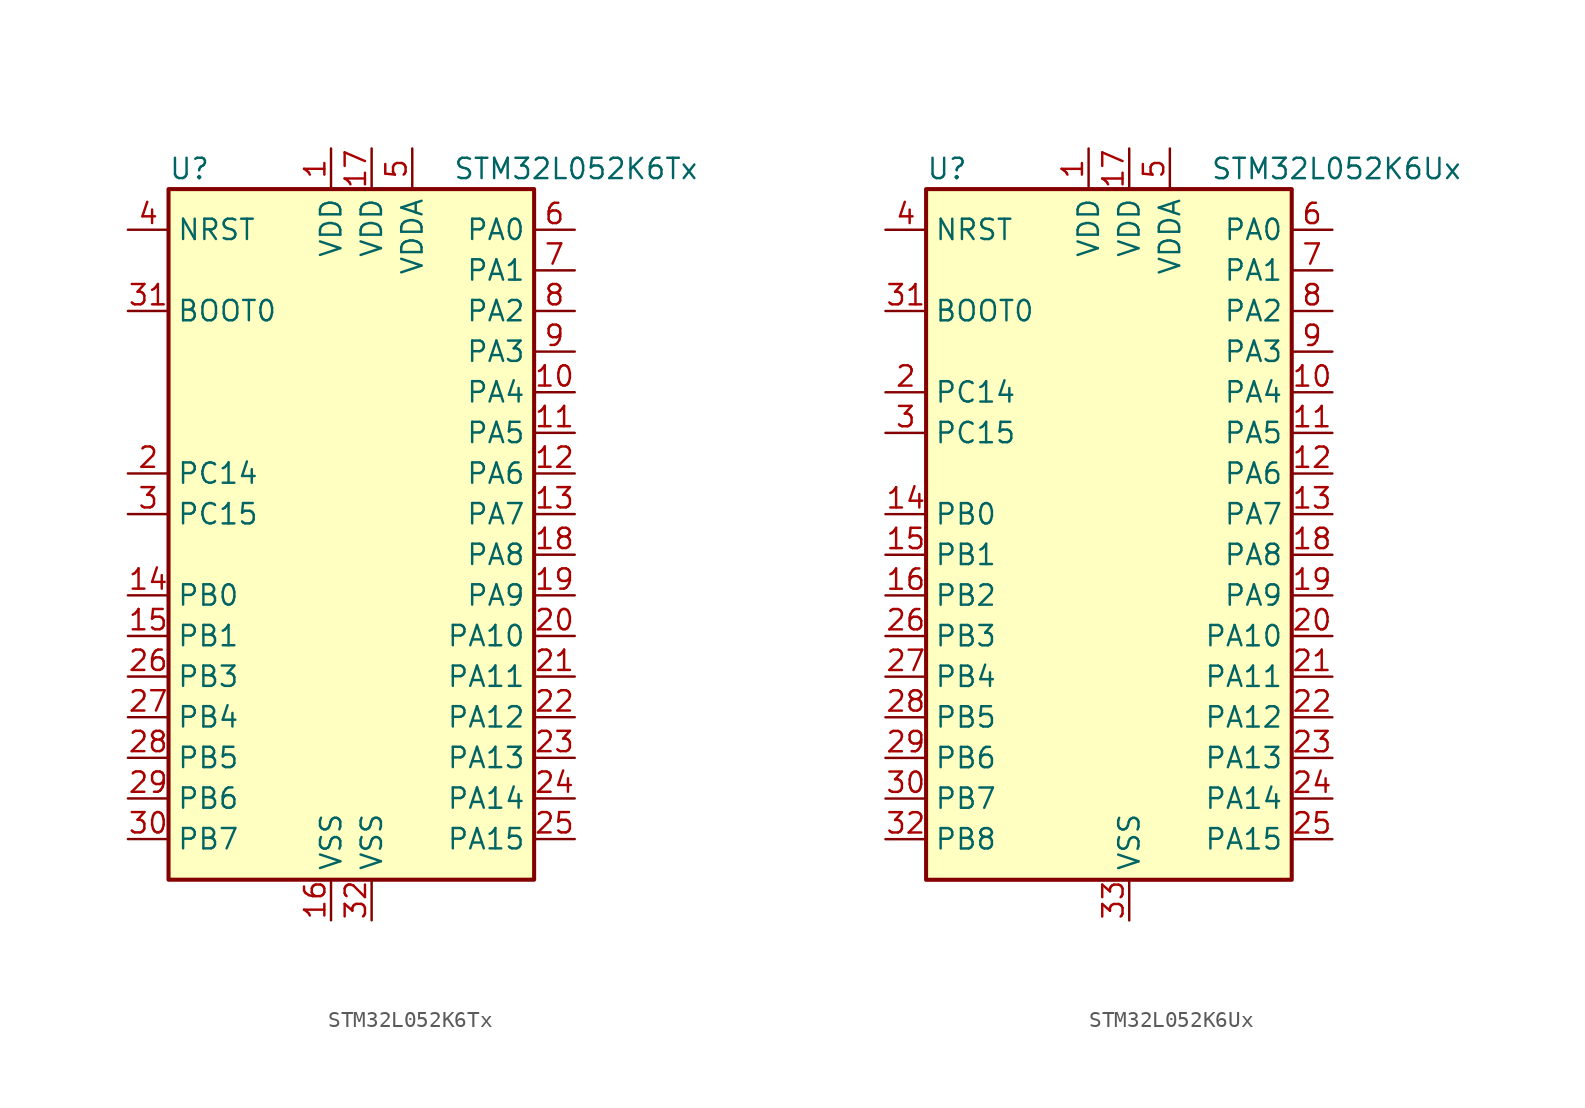
<source format=kicad_sym>
(kicad_symbol_lib
  (version 20201005)
  (generator kicad_symbol_editor)
  (symbol "MCU_ST_STM32L0:STM32L052K6Tx"
    (property "Reference" "U"
      (at -12.7 21.59 0)
      (effects (font (size 1.27 1.27)) (justify left)))
    (property "Value" "STM32L052K6Tx"
      (at 5.08 21.59 0)
      (effects (font (size 1.27 1.27)) (justify left)))
    (symbol "STM32L052K6Tx_0_1"
      (rectangle (start -12.7 -22.86) (end 10.16 20.32) (stroke (width 0.254)) (fill (type background))))
    (symbol "STM32L052K6Tx_1_1"
      (pin input line (at -15.24 12.7 0) (length 2.54) (name "BOOT0" (effects (font (size 1.27 1.27)))) (number "31" (effects (font (size 1.27 1.27)))))
      (pin input line (at -15.24 17.78 0) (length 2.54) (name "NRST" (effects (font (size 1.27 1.27)))) (number "4" (effects (font (size 1.27 1.27)))))
      (pin bidirectional line (at 12.7 17.78 180) (length 2.54) (name "PA0" (effects (font (size 1.27 1.27)))) (number "6" (effects (font (size 1.27 1.27)))))
      (pin bidirectional line (at 12.7 15.24 180) (length 2.54) (name "PA1" (effects (font (size 1.27 1.27)))) (number "7" (effects (font (size 1.27 1.27)))))
      (pin bidirectional line (at 12.7 -7.62 180) (length 2.54) (name "PA10" (effects (font (size 1.27 1.27)))) (number "20" (effects (font (size 1.27 1.27)))))
      (pin bidirectional line (at 12.7 -10.16 180) (length 2.54) (name "PA11" (effects (font (size 1.27 1.27)))) (number "21" (effects (font (size 1.27 1.27)))))
      (pin bidirectional line (at 12.7 -12.7 180) (length 2.54) (name "PA12" (effects (font (size 1.27 1.27)))) (number "22" (effects (font (size 1.27 1.27)))))
      (pin bidirectional line (at 12.7 -15.24 180) (length 2.54) (name "PA13" (effects (font (size 1.27 1.27)))) (number "23" (effects (font (size 1.27 1.27)))))
      (pin bidirectional line (at 12.7 -17.78 180) (length 2.54) (name "PA14" (effects (font (size 1.27 1.27)))) (number "24" (effects (font (size 1.27 1.27)))))
      (pin bidirectional line (at 12.7 -20.32 180) (length 2.54) (name "PA15" (effects (font (size 1.27 1.27)))) (number "25" (effects (font (size 1.27 1.27)))))
      (pin bidirectional line (at 12.7 12.7 180) (length 2.54) (name "PA2" (effects (font (size 1.27 1.27)))) (number "8" (effects (font (size 1.27 1.27)))))
      (pin bidirectional line (at 12.7 10.16 180) (length 2.54) (name "PA3" (effects (font (size 1.27 1.27)))) (number "9" (effects (font (size 1.27 1.27)))))
      (pin bidirectional line (at 12.7 7.62 180) (length 2.54) (name "PA4" (effects (font (size 1.27 1.27)))) (number "10" (effects (font (size 1.27 1.27)))))
      (pin bidirectional line (at 12.7 5.08 180) (length 2.54) (name "PA5" (effects (font (size 1.27 1.27)))) (number "11" (effects (font (size 1.27 1.27)))))
      (pin bidirectional line (at 12.7 2.54 180) (length 2.54) (name "PA6" (effects (font (size 1.27 1.27)))) (number "12" (effects (font (size 1.27 1.27)))))
      (pin bidirectional line (at 12.7 0 180) (length 2.54) (name "PA7" (effects (font (size 1.27 1.27)))) (number "13" (effects (font (size 1.27 1.27)))))
      (pin bidirectional line (at 12.7 -2.54 180) (length 2.54) (name "PA8" (effects (font (size 1.27 1.27)))) (number "18" (effects (font (size 1.27 1.27)))))
      (pin bidirectional line (at 12.7 -5.08 180) (length 2.54) (name "PA9" (effects (font (size 1.27 1.27)))) (number "19" (effects (font (size 1.27 1.27)))))
      (pin bidirectional line (at -15.24 -5.08 0) (length 2.54) (name "PB0" (effects (font (size 1.27 1.27)))) (number "14" (effects (font (size 1.27 1.27)))))
      (pin bidirectional line (at -15.24 -7.62 0) (length 2.54) (name "PB1" (effects (font (size 1.27 1.27)))) (number "15" (effects (font (size 1.27 1.27)))))
      (pin bidirectional line (at -15.24 -10.16 0) (length 2.54) (name "PB3" (effects (font (size 1.27 1.27)))) (number "26" (effects (font (size 1.27 1.27)))))
      (pin bidirectional line (at -15.24 -12.7 0) (length 2.54) (name "PB4" (effects (font (size 1.27 1.27)))) (number "27" (effects (font (size 1.27 1.27)))))
      (pin bidirectional line (at -15.24 -15.24 0) (length 2.54) (name "PB5" (effects (font (size 1.27 1.27)))) (number "28" (effects (font (size 1.27 1.27)))))
      (pin bidirectional line (at -15.24 -17.78 0) (length 2.54) (name "PB6" (effects (font (size 1.27 1.27)))) (number "29" (effects (font (size 1.27 1.27)))))
      (pin bidirectional line (at -15.24 -20.32 0) (length 2.54) (name "PB7" (effects (font (size 1.27 1.27)))) (number "30" (effects (font (size 1.27 1.27)))))
      (pin bidirectional line (at -15.24 2.54 0) (length 2.54) (name "PC14" (effects (font (size 1.27 1.27)))) (number "2" (effects (font (size 1.27 1.27)))))
      (pin bidirectional line (at -15.24 0 0) (length 2.54) (name "PC15" (effects (font (size 1.27 1.27)))) (number "3" (effects (font (size 1.27 1.27)))))
      (pin power_in line (at -2.54 22.86 270) (length 2.54) (name "VDD" (effects (font (size 1.27 1.27)))) (number "1" (effects (font (size 1.27 1.27)))))
      (pin power_in line (at 0 22.86 270) (length 2.54) (name "VDD" (effects (font (size 1.27 1.27)))) (number "17" (effects (font (size 1.27 1.27)))))
      (pin power_in line (at 2.54 22.86 270) (length 2.54) (name "VDDA" (effects (font (size 1.27 1.27)))) (number "5" (effects (font (size 1.27 1.27)))))
      (pin power_in line (at -2.54 -25.4 90) (length 2.54) (name "VSS" (effects (font (size 1.27 1.27)))) (number "16" (effects (font (size 1.27 1.27)))))
      (pin power_in line (at 0 -25.4 90) (length 2.54) (name "VSS" (effects (font (size 1.27 1.27)))) (number "32" (effects (font (size 1.27 1.27)))))))
  (symbol "MCU_ST_STM32L0:STM32L052K6Ux"
    (property "Reference" "U"
      (at -12.7 21.59 0)
      (effects (font (size 1.27 1.27)) (justify left)))
    (property "Value" "STM32L052K6Ux"
      (at 5.08 21.59 0)
      (effects (font (size 1.27 1.27)) (justify left)))
    (symbol "STM32L052K6Ux_0_1"
      (rectangle (start -12.7 -22.86) (end 10.16 20.32) (stroke (width 0.254)) (fill (type background))))
    (symbol "STM32L052K6Ux_1_1"
      (pin input line (at -15.24 12.7 0) (length 2.54) (name "BOOT0" (effects (font (size 1.27 1.27)))) (number "31" (effects (font (size 1.27 1.27)))))
      (pin input line (at -15.24 17.78 0) (length 2.54) (name "NRST" (effects (font (size 1.27 1.27)))) (number "4" (effects (font (size 1.27 1.27)))))
      (pin bidirectional line (at 12.7 17.78 180) (length 2.54) (name "PA0" (effects (font (size 1.27 1.27)))) (number "6" (effects (font (size 1.27 1.27)))))
      (pin bidirectional line (at 12.7 15.24 180) (length 2.54) (name "PA1" (effects (font (size 1.27 1.27)))) (number "7" (effects (font (size 1.27 1.27)))))
      (pin bidirectional line (at 12.7 -7.62 180) (length 2.54) (name "PA10" (effects (font (size 1.27 1.27)))) (number "20" (effects (font (size 1.27 1.27)))))
      (pin bidirectional line (at 12.7 -10.16 180) (length 2.54) (name "PA11" (effects (font (size 1.27 1.27)))) (number "21" (effects (font (size 1.27 1.27)))))
      (pin bidirectional line (at 12.7 -12.7 180) (length 2.54) (name "PA12" (effects (font (size 1.27 1.27)))) (number "22" (effects (font (size 1.27 1.27)))))
      (pin bidirectional line (at 12.7 -15.24 180) (length 2.54) (name "PA13" (effects (font (size 1.27 1.27)))) (number "23" (effects (font (size 1.27 1.27)))))
      (pin bidirectional line (at 12.7 -17.78 180) (length 2.54) (name "PA14" (effects (font (size 1.27 1.27)))) (number "24" (effects (font (size 1.27 1.27)))))
      (pin bidirectional line (at 12.7 -20.32 180) (length 2.54) (name "PA15" (effects (font (size 1.27 1.27)))) (number "25" (effects (font (size 1.27 1.27)))))
      (pin bidirectional line (at 12.7 12.7 180) (length 2.54) (name "PA2" (effects (font (size 1.27 1.27)))) (number "8" (effects (font (size 1.27 1.27)))))
      (pin bidirectional line (at 12.7 10.16 180) (length 2.54) (name "PA3" (effects (font (size 1.27 1.27)))) (number "9" (effects (font (size 1.27 1.27)))))
      (pin bidirectional line (at 12.7 7.62 180) (length 2.54) (name "PA4" (effects (font (size 1.27 1.27)))) (number "10" (effects (font (size 1.27 1.27)))))
      (pin bidirectional line (at 12.7 5.08 180) (length 2.54) (name "PA5" (effects (font (size 1.27 1.27)))) (number "11" (effects (font (size 1.27 1.27)))))
      (pin bidirectional line (at 12.7 2.54 180) (length 2.54) (name "PA6" (effects (font (size 1.27 1.27)))) (number "12" (effects (font (size 1.27 1.27)))))
      (pin bidirectional line (at 12.7 0 180) (length 2.54) (name "PA7" (effects (font (size 1.27 1.27)))) (number "13" (effects (font (size 1.27 1.27)))))
      (pin bidirectional line (at 12.7 -2.54 180) (length 2.54) (name "PA8" (effects (font (size 1.27 1.27)))) (number "18" (effects (font (size 1.27 1.27)))))
      (pin bidirectional line (at 12.7 -5.08 180) (length 2.54) (name "PA9" (effects (font (size 1.27 1.27)))) (number "19" (effects (font (size 1.27 1.27)))))
      (pin bidirectional line (at -15.24 0 0) (length 2.54) (name "PB0" (effects (font (size 1.27 1.27)))) (number "14" (effects (font (size 1.27 1.27)))))
      (pin bidirectional line (at -15.24 -2.54 0) (length 2.54) (name "PB1" (effects (font (size 1.27 1.27)))) (number "15" (effects (font (size 1.27 1.27)))))
      (pin bidirectional line (at -15.24 -5.08 0) (length 2.54) (name "PB2" (effects (font (size 1.27 1.27)))) (number "16" (effects (font (size 1.27 1.27)))))
      (pin bidirectional line (at -15.24 -7.62 0) (length 2.54) (name "PB3" (effects (font (size 1.27 1.27)))) (number "26" (effects (font (size 1.27 1.27)))))
      (pin bidirectional line (at -15.24 -10.16 0) (length 2.54) (name "PB4" (effects (font (size 1.27 1.27)))) (number "27" (effects (font (size 1.27 1.27)))))
      (pin bidirectional line (at -15.24 -12.7 0) (length 2.54) (name "PB5" (effects (font (size 1.27 1.27)))) (number "28" (effects (font (size 1.27 1.27)))))
      (pin bidirectional line (at -15.24 -15.24 0) (length 2.54) (name "PB6" (effects (font (size 1.27 1.27)))) (number "29" (effects (font (size 1.27 1.27)))))
      (pin bidirectional line (at -15.24 -17.78 0) (length 2.54) (name "PB7" (effects (font (size 1.27 1.27)))) (number "30" (effects (font (size 1.27 1.27)))))
      (pin bidirectional line (at -15.24 -20.32 0) (length 2.54) (name "PB8" (effects (font (size 1.27 1.27)))) (number "32" (effects (font (size 1.27 1.27)))))
      (pin bidirectional line (at -15.24 7.62 0) (length 2.54) (name "PC14" (effects (font (size 1.27 1.27)))) (number "2" (effects (font (size 1.27 1.27)))))
      (pin bidirectional line (at -15.24 5.08 0) (length 2.54) (name "PC15" (effects (font (size 1.27 1.27)))) (number "3" (effects (font (size 1.27 1.27)))))
      (pin power_in line (at -2.54 22.86 270) (length 2.54) (name "VDD" (effects (font (size 1.27 1.27)))) (number "1" (effects (font (size 1.27 1.27)))))
      (pin power_in line (at 0 22.86 270) (length 2.54) (name "VDD" (effects (font (size 1.27 1.27)))) (number "17" (effects (font (size 1.27 1.27)))))
      (pin power_in line (at 2.54 22.86 270) (length 2.54) (name "VDDA" (effects (font (size 1.27 1.27)))) (number "5" (effects (font (size 1.27 1.27)))))
      (pin power_in line (at 0 -25.4 90) (length 2.54) (name "VSS" (effects (font (size 1.27 1.27)))) (number "33" (effects (font (size 1.27 1.27))))))))
</source>
